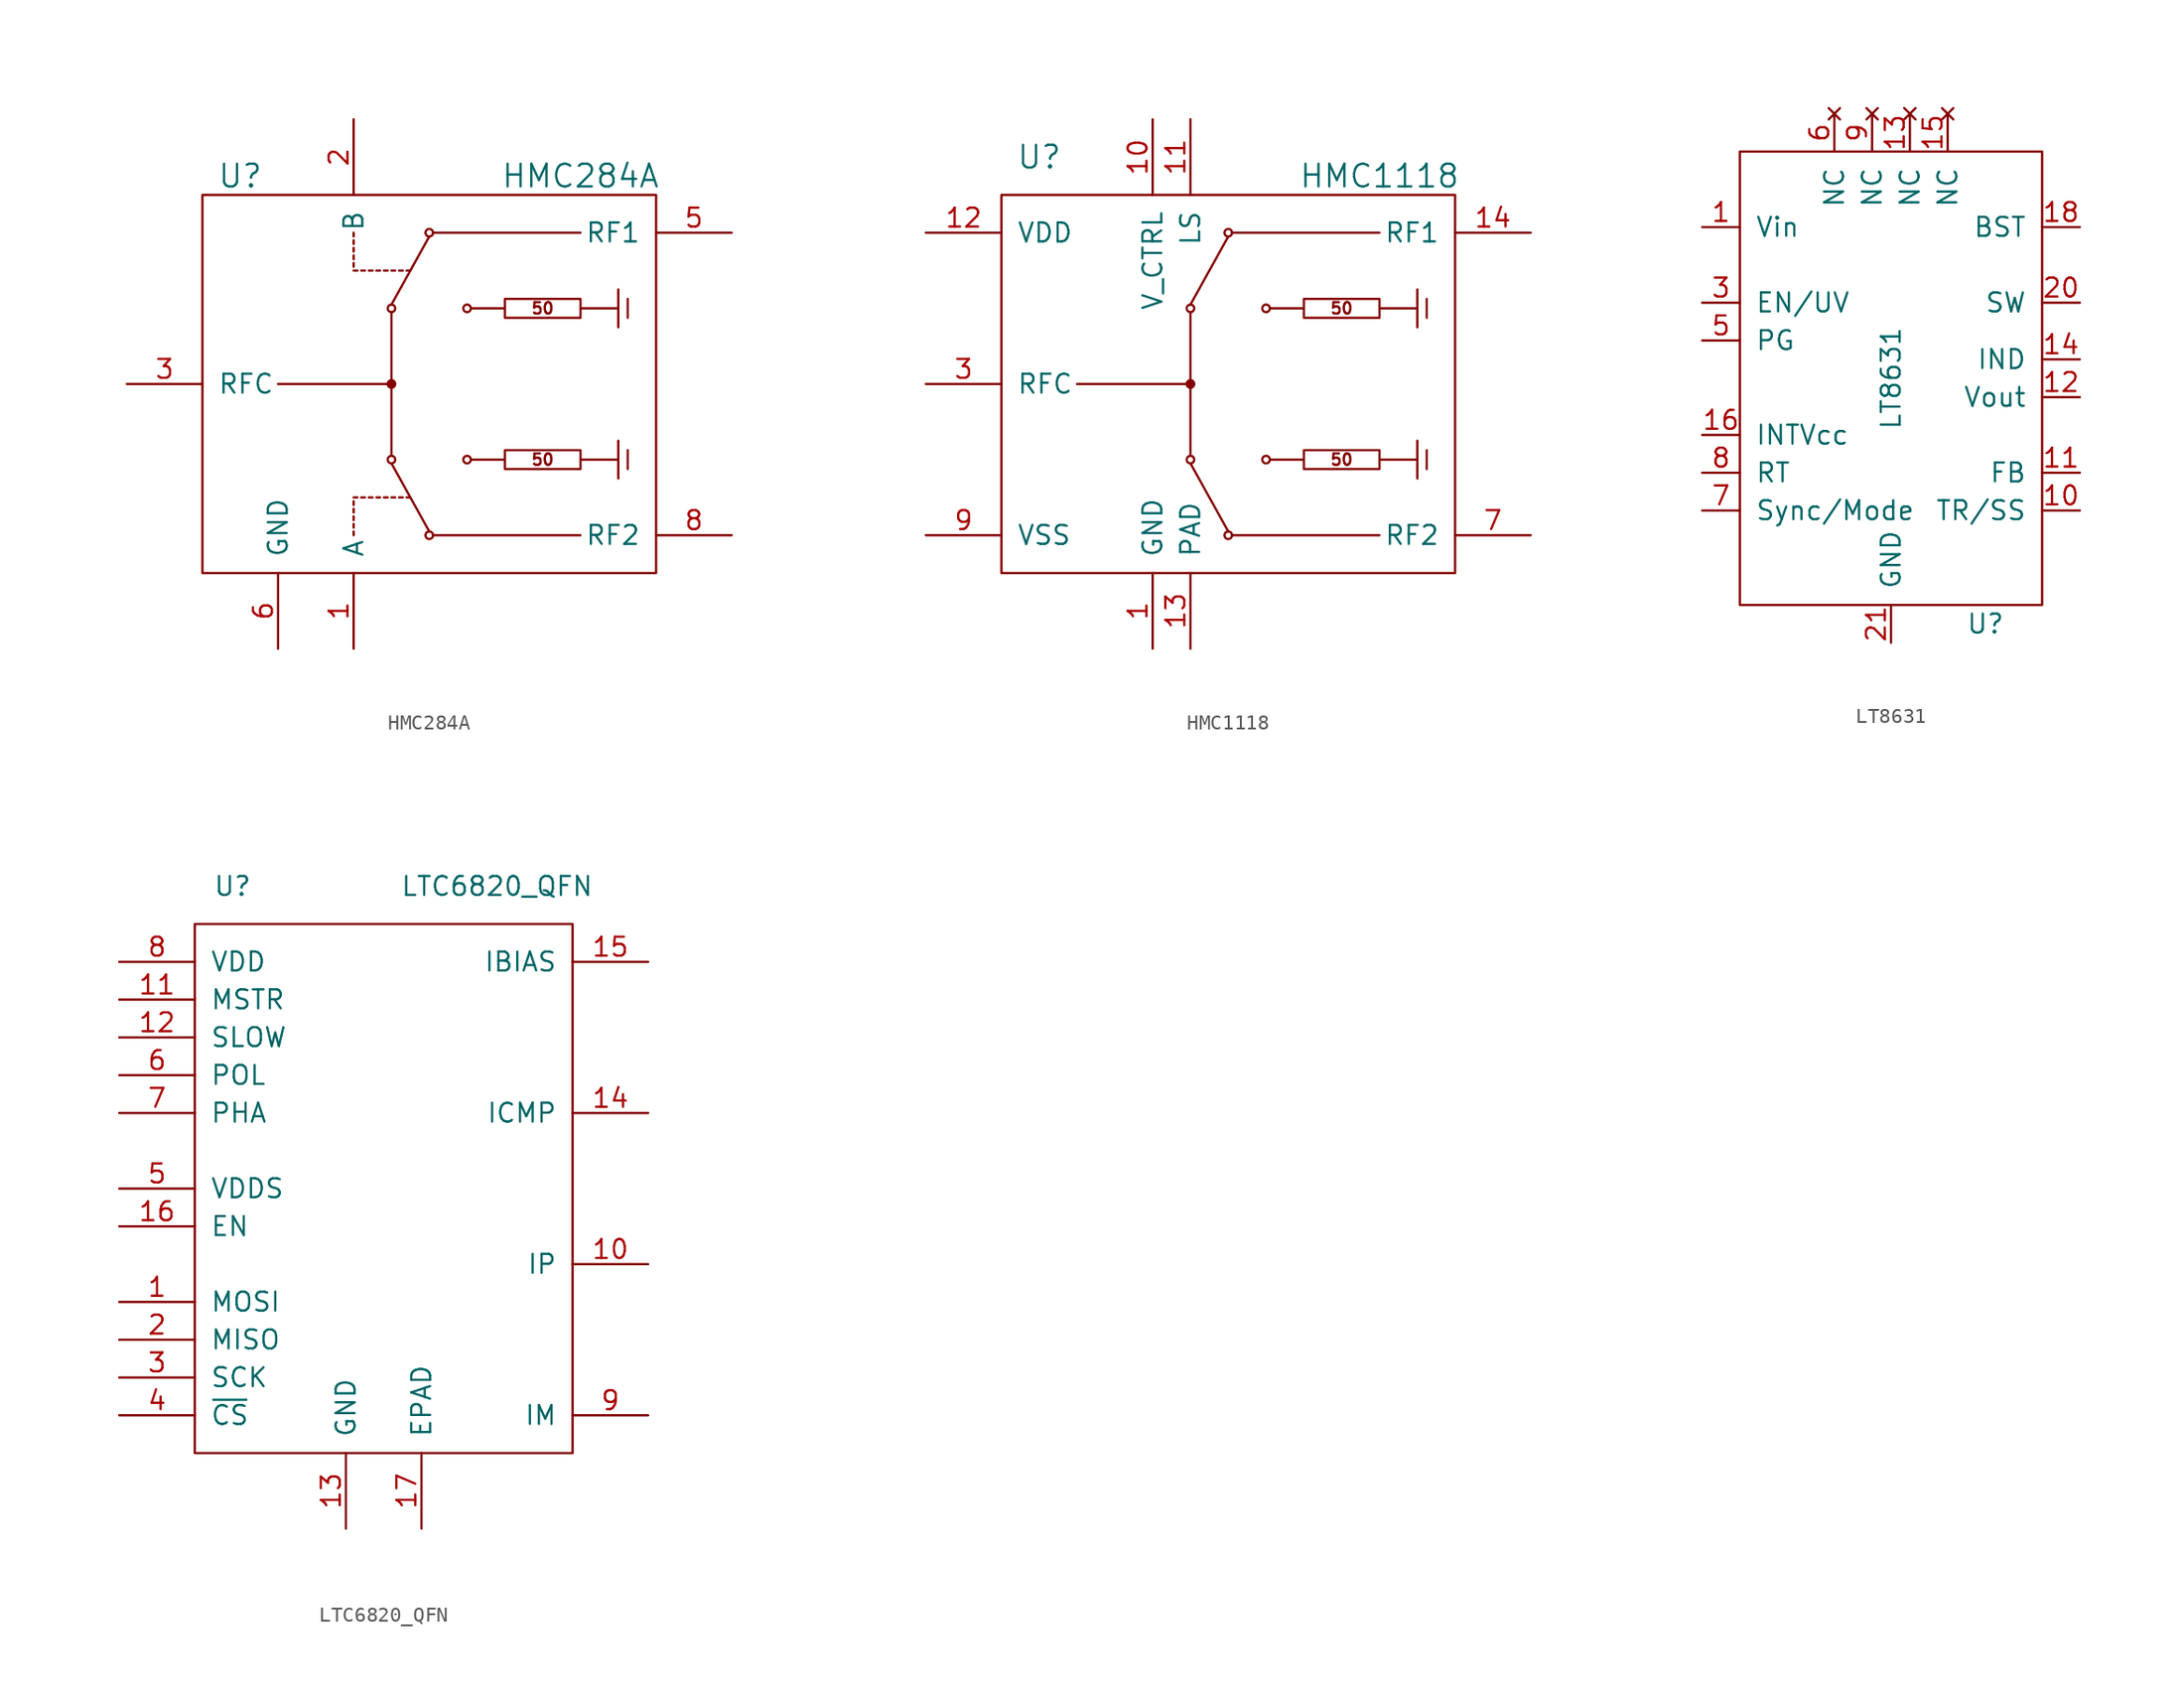
<source format=kicad_sym>
(kicad_symbol_lib
  (version 20211014)
  (generator kicad_symbol_editor)
  (symbol "HMC284A"
    (pin_names
      (offset 1.016))
    (property "Reference" "U"
      (at -12.7 13.97 0)
      (effects (font (size 1.524 1.524))))
    (property "Value" "HMC284A"
      (at 10.16 13.97 0)
      (effects (font (size 1.524 1.524))))
    (symbol "HMC284A_0_0"
      (polyline (pts (xy -5.08 -10.16) (xy -5.08 -9.906)) (stroke (width 0) (type default) (color 0 0 0 0)) (fill (type none)))
      (polyline (pts (xy -5.08 -9.652) (xy -5.08 -9.398)) (stroke (width 0) (type default) (color 0 0 0 0)) (fill (type none)))
      (polyline (pts (xy -5.08 -9.144) (xy -5.08 -8.89)) (stroke (width 0) (type default) (color 0 0 0 0)) (fill (type none)))
      (polyline (pts (xy -5.08 -8.636) (xy -5.08 -8.382)) (stroke (width 0) (type default) (color 0 0 0 0)) (fill (type none)))
      (polyline (pts (xy -5.08 -8.128) (xy -5.08 -7.874)) (stroke (width 0) (type default) (color 0 0 0 0)) (fill (type none)))
      (polyline (pts (xy -5.08 8.128) (xy -5.08 7.874)) (stroke (width 0) (type default) (color 0 0 0 0)) (fill (type none)))
      (polyline (pts (xy -5.08 8.636) (xy -5.08 8.382)) (stroke (width 0) (type default) (color 0 0 0 0)) (fill (type none)))
      (polyline (pts (xy -5.08 9.144) (xy -5.08 8.89)) (stroke (width 0) (type default) (color 0 0 0 0)) (fill (type none)))
      (polyline (pts (xy -5.08 9.652) (xy -5.08 9.398)) (stroke (width 0) (type default) (color 0 0 0 0)) (fill (type none)))
      (polyline (pts (xy -5.08 10.16) (xy -5.08 9.906)) (stroke (width 0) (type default) (color 0 0 0 0)) (fill (type none)))
      (polyline (pts (xy -4.826 -7.62) (xy -5.08 -7.62)) (stroke (width 0) (type default) (color 0 0 0 0)) (fill (type none)))
      (polyline (pts (xy -4.826 7.62) (xy -5.08 7.62)) (stroke (width 0) (type default) (color 0 0 0 0)) (fill (type none)))
      (polyline (pts (xy -4.318 -7.62) (xy -4.572 -7.62)) (stroke (width 0) (type default) (color 0 0 0 0)) (fill (type none)))
      (polyline (pts (xy -4.318 7.62) (xy -4.572 7.62)) (stroke (width 0) (type default) (color 0 0 0 0)) (fill (type none)))
      (polyline (pts (xy -3.81 -7.62) (xy -4.064 -7.62)) (stroke (width 0) (type default) (color 0 0 0 0)) (fill (type none)))
      (polyline (pts (xy -3.81 7.62) (xy -4.064 7.62)) (stroke (width 0) (type default) (color 0 0 0 0)) (fill (type none)))
      (polyline (pts (xy -3.302 -7.62) (xy -3.556 -7.62)) (stroke (width 0) (type default) (color 0 0 0 0)) (fill (type none)))
      (polyline (pts (xy -3.302 7.62) (xy -3.556 7.62)) (stroke (width 0) (type default) (color 0 0 0 0)) (fill (type none)))
      (polyline (pts (xy -2.794 -7.62) (xy -3.048 -7.62)) (stroke (width 0) (type default) (color 0 0 0 0)) (fill (type none)))
      (polyline (pts (xy -2.794 7.62) (xy -3.048 7.62)) (stroke (width 0) (type default) (color 0 0 0 0)) (fill (type none)))
      (polyline (pts (xy -2.54 5.334) (xy 0 9.906)) (stroke (width 0) (type default) (color 0 0 0 0)) (fill (type none)))
      (polyline (pts (xy -2.286 -7.62) (xy -2.54 -7.62)) (stroke (width 0) (type default) (color 0 0 0 0)) (fill (type none)))
      (polyline (pts (xy -2.286 7.62) (xy -2.54 7.62)) (stroke (width 0) (type default) (color 0 0 0 0)) (fill (type none)))
      (polyline (pts (xy -1.778 -7.62) (xy -2.032 -7.62)) (stroke (width 0) (type default) (color 0 0 0 0)) (fill (type none)))
      (polyline (pts (xy -1.778 7.62) (xy -2.032 7.62)) (stroke (width 0) (type default) (color 0 0 0 0)) (fill (type none)))
      (polyline (pts (xy -1.27 -7.62) (xy -1.524 -7.62)) (stroke (width 0) (type default) (color 0 0 0 0)) (fill (type none)))
      (polyline (pts (xy -1.27 7.62) (xy -1.524 7.62)) (stroke (width 0) (type default) (color 0 0 0 0)) (fill (type none)))
      (polyline (pts (xy 0 -9.906) (xy -2.54 -5.334)) (stroke (width 0) (type default) (color 0 0 0 0)) (fill (type none)))
      (rectangle (start 15.24 -12.7) (end -15.24 12.7) (stroke (width 0) (type default) (color 0 0 0 0)) (fill (type none)))
      (text "50" (at 7.62 -5.08 0) (effects (font (size 0.762 0.762))))
      (text "50" (at 7.62 5.08 0) (effects (font (size 0.762 0.762)))))
    (symbol "HMC284A_0_1"
      (circle (center -2.54 -5.08) (radius 0.254) (stroke (width 0) (type default) (color 0 0 0 0)) (fill (type none)))
      (circle (center -2.54 0) (radius 0.254) (stroke (width 0) (type default) (color 0 0 0 0)) (fill (type outline)))
      (circle (center -2.54 5.08) (radius 0.254) (stroke (width 0) (type default) (color 0 0 0 0)) (fill (type none)))
      (circle (center 0 -10.16) (radius 0.254) (stroke (width 0) (type default) (color 0 0 0 0)) (fill (type none)))
      (polyline (pts (xy -10.16 0) (xy -2.54 0)) (stroke (width 0) (type default) (color 0 0 0 0)) (fill (type none)))
      (polyline (pts (xy -2.54 4.826) (xy -2.54 -4.826)) (stroke (width 0) (type default) (color 0 0 0 0)) (fill (type none)))
      (polyline (pts (xy 2.794 -5.08) (xy 5.08 -5.08)) (stroke (width 0) (type default) (color 0 0 0 0)) (fill (type none)))
      (polyline (pts (xy 2.794 5.08) (xy 5.08 5.08)) (stroke (width 0) (type default) (color 0 0 0 0)) (fill (type none)))
      (polyline (pts (xy 10.16 -10.16) (xy 0.254 -10.16)) (stroke (width 0) (type default) (color 0 0 0 0)) (fill (type none)))
      (polyline (pts (xy 10.16 -5.08) (xy 12.7 -5.08)) (stroke (width 0) (type default) (color 0 0 0 0)) (fill (type none)))
      (polyline (pts (xy 10.16 5.08) (xy 12.7 5.08)) (stroke (width 0) (type default) (color 0 0 0 0)) (fill (type none)))
      (polyline (pts (xy 10.16 10.16) (xy 0.254 10.16)) (stroke (width 0) (type default) (color 0 0 0 0)) (fill (type none)))
      (polyline (pts (xy 12.7 -3.81) (xy 12.7 -6.35)) (stroke (width 0) (type default) (color 0 0 0 0)) (fill (type none)))
      (polyline (pts (xy 12.7 6.35) (xy 12.7 3.81)) (stroke (width 0) (type default) (color 0 0 0 0)) (fill (type none)))
      (polyline (pts (xy 13.335 -4.445) (xy 13.335 -5.715)) (stroke (width 0) (type default) (color 0 0 0 0)) (fill (type none)))
      (polyline (pts (xy 13.335 5.715) (xy 13.335 4.445)) (stroke (width 0) (type default) (color 0 0 0 0)) (fill (type none)))
      (circle (center 0 10.16) (radius 0.254) (stroke (width 0) (type default) (color 0 0 0 0)) (fill (type none)))
      (circle (center 2.54 -5.08) (radius 0.254) (stroke (width 0) (type default) (color 0 0 0 0)) (fill (type none)))
      (circle (center 2.54 5.08) (radius 0.254) (stroke (width 0) (type default) (color 0 0 0 0)) (fill (type none)))
      (rectangle (start 5.08 -4.445) (end 10.16 -5.715) (stroke (width 0) (type default) (color 0 0 0 0)) (fill (type none)))
      (rectangle (start 5.08 5.715) (end 10.16 4.445) (stroke (width 0) (type default) (color 0 0 0 0)) (fill (type none))))
    (symbol "HMC284A_1_1"
      (pin input line (at -5.08 -17.78 90) (length 5.08) (name "A" (effects (font (size 1.27 1.27)))) (number "1" (effects (font (size 1.27 1.27)))))
      (pin input line (at -5.08 17.78 270) (length 5.08) (name "B" (effects (font (size 1.27 1.27)))) (number "2" (effects (font (size 1.27 1.27)))))
      (pin input line (at -20.32 0 0) (length 5.08) (name "RFC" (effects (font (size 1.27 1.27)))) (number "3" (effects (font (size 1.27 1.27)))))
      (pin input line (at 5.08 0 0) (length 5.08) hide (name "NC" (effects (font (size 1.27 1.27)))) (number "4" (effects (font (size 1.27 1.27)))))
      (pin input line (at 20.32 10.16 180) (length 5.08) (name "RF1" (effects (font (size 1.27 1.27)))) (number "5" (effects (font (size 1.27 1.27)))))
      (pin input line (at -10.16 -17.78 90) (length 5.08) (name "GND" (effects (font (size 1.27 1.27)))) (number "6" (effects (font (size 1.27 1.27)))))
      (pin input line (at -10.16 -17.78 90) (length 5.08) hide (name "GND" (effects (font (size 1.27 1.27)))) (number "7" (effects (font (size 1.27 1.27)))))
      (pin input line (at 20.32 -10.16 180) (length 5.08) (name "RF2" (effects (font (size 1.27 1.27)))) (number "8" (effects (font (size 1.27 1.27)))))
      (pin input line (at -10.16 -17.78 90) (length 5.08) hide (name "PAD" (effects (font (size 1.27 1.27)))) (number "9" (effects (font (size 1.27 1.27)))))))
  (symbol "HMC1118"
    (pin_names
      (offset 1.016))
    (property "Reference" "U"
      (at -12.7 15.24 0)
      (effects (font (size 1.524 1.524))))
    (property "Value" "HMC1118"
      (at 10.16 13.97 0)
      (effects (font (size 1.524 1.524))))
    (symbol "HMC1118_0_0"
      (polyline (pts (xy -2.54 5.334) (xy 0 9.906)) (stroke (width 0) (type default) (color 0 0 0 0)) (fill (type none)))
      (polyline (pts (xy 0 -9.906) (xy -2.54 -5.334)) (stroke (width 0) (type default) (color 0 0 0 0)) (fill (type none)))
      (rectangle (start 15.24 -12.7) (end -15.24 12.7) (stroke (width 0) (type default) (color 0 0 0 0)) (fill (type none)))
      (text "50" (at 7.62 -5.08 0) (effects (font (size 0.762 0.762))))
      (text "50" (at 7.62 5.08 0) (effects (font (size 0.762 0.762)))))
    (symbol "HMC1118_0_1"
      (circle (center -2.54 -5.08) (radius 0.254) (stroke (width 0) (type default) (color 0 0 0 0)) (fill (type none)))
      (circle (center -2.54 0) (radius 0.254) (stroke (width 0) (type default) (color 0 0 0 0)) (fill (type outline)))
      (circle (center -2.54 5.08) (radius 0.254) (stroke (width 0) (type default) (color 0 0 0 0)) (fill (type none)))
      (circle (center 0 -10.16) (radius 0.254) (stroke (width 0) (type default) (color 0 0 0 0)) (fill (type none)))
      (polyline (pts (xy -10.16 0) (xy -2.54 0)) (stroke (width 0) (type default) (color 0 0 0 0)) (fill (type none)))
      (polyline (pts (xy -2.54 4.826) (xy -2.54 -4.826)) (stroke (width 0) (type default) (color 0 0 0 0)) (fill (type none)))
      (polyline (pts (xy 2.794 -5.08) (xy 5.08 -5.08)) (stroke (width 0) (type default) (color 0 0 0 0)) (fill (type none)))
      (polyline (pts (xy 2.794 5.08) (xy 5.08 5.08)) (stroke (width 0) (type default) (color 0 0 0 0)) (fill (type none)))
      (polyline (pts (xy 10.16 -10.16) (xy 0.254 -10.16)) (stroke (width 0) (type default) (color 0 0 0 0)) (fill (type none)))
      (polyline (pts (xy 10.16 -5.08) (xy 12.7 -5.08)) (stroke (width 0) (type default) (color 0 0 0 0)) (fill (type none)))
      (polyline (pts (xy 10.16 5.08) (xy 12.7 5.08)) (stroke (width 0) (type default) (color 0 0 0 0)) (fill (type none)))
      (polyline (pts (xy 10.16 10.16) (xy 0.254 10.16)) (stroke (width 0) (type default) (color 0 0 0 0)) (fill (type none)))
      (polyline (pts (xy 12.7 -3.81) (xy 12.7 -6.35)) (stroke (width 0) (type default) (color 0 0 0 0)) (fill (type none)))
      (polyline (pts (xy 12.7 6.35) (xy 12.7 3.81)) (stroke (width 0) (type default) (color 0 0 0 0)) (fill (type none)))
      (polyline (pts (xy 13.335 -4.445) (xy 13.335 -5.715)) (stroke (width 0) (type default) (color 0 0 0 0)) (fill (type none)))
      (polyline (pts (xy 13.335 5.715) (xy 13.335 4.445)) (stroke (width 0) (type default) (color 0 0 0 0)) (fill (type none)))
      (circle (center 0 10.16) (radius 0.254) (stroke (width 0) (type default) (color 0 0 0 0)) (fill (type none)))
      (circle (center 2.54 -5.08) (radius 0.254) (stroke (width 0) (type default) (color 0 0 0 0)) (fill (type none)))
      (circle (center 2.54 5.08) (radius 0.254) (stroke (width 0) (type default) (color 0 0 0 0)) (fill (type none)))
      (rectangle (start 5.08 -4.445) (end 10.16 -5.715) (stroke (width 0) (type default) (color 0 0 0 0)) (fill (type none)))
      (rectangle (start 5.08 5.715) (end 10.16 4.445) (stroke (width 0) (type default) (color 0 0 0 0)) (fill (type none))))
    (symbol "HMC1118_1_1"
      (pin input line (at -5.08 -17.78 90) (length 5.08) (name "GND" (effects (font (size 1.27 1.27)))) (number "1" (effects (font (size 1.27 1.27)))))
      (pin input line (at -5.08 17.78 270) (length 5.08) (name "V_CTRL" (effects (font (size 1.27 1.27)))) (number "10" (effects (font (size 1.27 1.27)))))
      (pin input line (at -2.54 17.78 270) (length 5.08) (name "LS" (effects (font (size 1.27 1.27)))) (number "11" (effects (font (size 1.27 1.27)))))
      (pin input line (at -20.32 10.16 0) (length 5.08) (name "VDD" (effects (font (size 1.27 1.27)))) (number "12" (effects (font (size 1.27 1.27)))))
      (pin input line (at -5.08 -17.78 90) (length 5.08) hide (name "GND" (effects (font (size 1.27 1.27)))) (number "13" (effects (font (size 1.27 1.27)))))
      (pin input line (at -2.54 -17.78 90) (length 5.08) (name "PAD" (effects (font (size 1.27 1.27)))) (number "13" (effects (font (size 1.27 1.27)))))
      (pin input line (at 20.32 10.16 180) (length 5.08) (name "RF1" (effects (font (size 1.27 1.27)))) (number "14" (effects (font (size 1.27 1.27)))))
      (pin input line (at -5.08 -17.78 90) (length 5.08) hide (name "GND" (effects (font (size 1.27 1.27)))) (number "15" (effects (font (size 1.27 1.27)))))
      (pin input line (at -5.08 -17.78 90) (length 5.08) hide (name "GND" (effects (font (size 1.27 1.27)))) (number "16" (effects (font (size 1.27 1.27)))))
      (pin input line (at -5.08 -17.78 90) (length 5.08) hide (name "GND" (effects (font (size 1.27 1.27)))) (number "2" (effects (font (size 1.27 1.27)))))
      (pin input line (at -20.32 0 0) (length 5.08) (name "RFC" (effects (font (size 1.27 1.27)))) (number "3" (effects (font (size 1.27 1.27)))))
      (pin input line (at -5.08 -17.78 90) (length 5.08) hide (name "GND" (effects (font (size 1.27 1.27)))) (number "4" (effects (font (size 1.27 1.27)))))
      (pin input line (at -5.08 -17.78 90) (length 5.08) hide (name "GND" (effects (font (size 1.27 1.27)))) (number "5" (effects (font (size 1.27 1.27)))))
      (pin input line (at -5.08 -17.78 90) (length 5.08) hide (name "GND" (effects (font (size 1.27 1.27)))) (number "6" (effects (font (size 1.27 1.27)))))
      (pin input line (at 20.32 -10.16 180) (length 5.08) (name "RF2" (effects (font (size 1.27 1.27)))) (number "7" (effects (font (size 1.27 1.27)))))
      (pin input line (at -5.08 -17.78 90) (length 5.08) hide (name "GND" (effects (font (size 1.27 1.27)))) (number "8" (effects (font (size 1.27 1.27)))))
      (pin input line (at -20.32 -10.16 0) (length 5.08) (name "VSS" (effects (font (size 1.27 1.27)))) (number "9" (effects (font (size 1.27 1.27)))))))
  (symbol "LT8631"
    (pin_names
      (offset 1.016))
    (property "Reference" "U"
      (at 6.35 -17.78 0)
      (effects (font (size 1.27 1.27))))
    (property "Value" "LT8631"
      (at 0 -1.27 90)
      (effects (font (size 1.27 1.27))))
    (symbol "LT8631_0_1"
      (polyline (pts (xy -10.16 -16.51) (xy 10.16 -16.51) (xy 10.16 13.97) (xy -10.16 13.97) (xy -10.16 -16.51)) (stroke (width 0) (type default) (color 0 0 0 0)) (fill (type none))))
    (symbol "LT8631_1_1"
      (pin input line (at -12.7 8.89 0) (length 2.54) (name "Vin" (effects (font (size 1.27 1.27)))) (number "1" (effects (font (size 1.27 1.27)))))
      (pin input line (at 12.7 -10.16 180) (length 2.54) (name "TR/SS" (effects (font (size 1.27 1.27)))) (number "10" (effects (font (size 1.27 1.27)))))
      (pin input line (at 12.7 -7.62 180) (length 2.54) (name "FB" (effects (font (size 1.27 1.27)))) (number "11" (effects (font (size 1.27 1.27)))))
      (pin input line (at 12.7 -2.54 180) (length 2.54) (name "Vout" (effects (font (size 1.27 1.27)))) (number "12" (effects (font (size 1.27 1.27)))))
      (pin no_connect line (at 1.27 16.51 270) (length 2.54) (name "NC" (effects (font (size 1.27 1.27)))) (number "13" (effects (font (size 1.27 1.27)))))
      (pin input line (at 12.7 0 180) (length 2.54) (name "IND" (effects (font (size 1.27 1.27)))) (number "14" (effects (font (size 1.27 1.27)))))
      (pin no_connect line (at 3.81 16.51 270) (length 2.54) (name "NC" (effects (font (size 1.27 1.27)))) (number "15" (effects (font (size 1.27 1.27)))))
      (pin input line (at -12.7 -5.08 0) (length 2.54) (name "INTVcc" (effects (font (size 1.27 1.27)))) (number "16" (effects (font (size 1.27 1.27)))))
      (pin input line (at 12.7 8.89 180) (length 2.54) (name "BST" (effects (font (size 1.27 1.27)))) (number "18" (effects (font (size 1.27 1.27)))))
      (pin input line (at 12.7 3.81 180) (length 2.54) (name "SW" (effects (font (size 1.27 1.27)))) (number "20" (effects (font (size 1.27 1.27)))))
      (pin input line (at 0 -19.05 90) (length 2.54) (name "GND" (effects (font (size 1.27 1.27)))) (number "21" (effects (font (size 1.27 1.27)))))
      (pin input line (at -12.7 3.81 0) (length 2.54) (name "EN/UV" (effects (font (size 1.27 1.27)))) (number "3" (effects (font (size 1.27 1.27)))))
      (pin input line (at -12.7 1.27 0) (length 2.54) (name "PG" (effects (font (size 1.27 1.27)))) (number "5" (effects (font (size 1.27 1.27)))))
      (pin no_connect line (at -3.81 16.51 270) (length 2.54) (name "NC" (effects (font (size 1.27 1.27)))) (number "6" (effects (font (size 1.27 1.27)))))
      (pin input line (at -12.7 -10.16 0) (length 2.54) (name "Sync/Mode" (effects (font (size 1.27 1.27)))) (number "7" (effects (font (size 1.27 1.27)))))
      (pin input line (at -12.7 -7.62 0) (length 2.54) (name "RT" (effects (font (size 1.27 1.27)))) (number "8" (effects (font (size 1.27 1.27)))))
      (pin no_connect line (at -1.27 16.51 270) (length 2.54) (name "NC" (effects (font (size 1.27 1.27)))) (number "9" (effects (font (size 1.27 1.27)))))))
  (symbol "LTC6820_QFN"
    (pin_names
      (offset 1.016))
    (property "Reference" "U"
      (at -10.16 22.86 0)
      (effects (font (size 1.27 1.27))))
    (property "Value" "LTC6820_QFN"
      (at 7.62 22.86 0)
      (effects (font (size 1.27 1.27))))
    (symbol "LTC6820_QFN_0_1"
      (rectangle (start -12.7 20.32) (end 12.7 -15.24) (stroke (width 0) (type default) (color 0 0 0 0)) (fill (type none))))
    (symbol "LTC6820_QFN_1_1"
      (pin input line (at -17.78 -5.08 0) (length 5.08) (name "MOSI" (effects (font (size 1.27 1.27)))) (number "1" (effects (font (size 1.27 1.27)))))
      (pin input line (at 17.78 -2.54 180) (length 5.08) (name "IP" (effects (font (size 1.27 1.27)))) (number "10" (effects (font (size 1.27 1.27)))))
      (pin input line (at -17.78 15.24 0) (length 5.08) (name "MSTR" (effects (font (size 1.27 1.27)))) (number "11" (effects (font (size 1.27 1.27)))))
      (pin input line (at -17.78 12.7 0) (length 5.08) (name "SLOW" (effects (font (size 1.27 1.27)))) (number "12" (effects (font (size 1.27 1.27)))))
      (pin input line (at -2.54 -20.32 90) (length 5.08) (name "GND" (effects (font (size 1.27 1.27)))) (number "13" (effects (font (size 1.27 1.27)))))
      (pin input line (at 17.78 7.62 180) (length 5.08) (name "ICMP" (effects (font (size 1.27 1.27)))) (number "14" (effects (font (size 1.27 1.27)))))
      (pin input line (at 17.78 17.78 180) (length 5.08) (name "IBIAS" (effects (font (size 1.27 1.27)))) (number "15" (effects (font (size 1.27 1.27)))))
      (pin input line (at -17.78 0 0) (length 5.08) (name "EN" (effects (font (size 1.27 1.27)))) (number "16" (effects (font (size 1.27 1.27)))))
      (pin input line (at 2.54 -20.32 90) (length 5.08) (name "EPAD" (effects (font (size 1.27 1.27)))) (number "17" (effects (font (size 1.27 1.27)))))
      (pin input line (at -17.78 -7.62 0) (length 5.08) (name "MISO" (effects (font (size 1.27 1.27)))) (number "2" (effects (font (size 1.27 1.27)))))
      (pin input line (at -17.78 -10.16 0) (length 5.08) (name "SCK" (effects (font (size 1.27 1.27)))) (number "3" (effects (font (size 1.27 1.27)))))
      (pin input line (at -17.78 -12.7 0) (length 5.08) (name "~{CS}" (effects (font (size 1.27 1.27)))) (number "4" (effects (font (size 1.27 1.27)))))
      (pin input line (at -17.78 2.54 0) (length 5.08) (name "VDDS" (effects (font (size 1.27 1.27)))) (number "5" (effects (font (size 1.27 1.27)))))
      (pin input line (at -17.78 10.16 0) (length 5.08) (name "POL" (effects (font (size 1.27 1.27)))) (number "6" (effects (font (size 1.27 1.27)))))
      (pin input line (at -17.78 7.62 0) (length 5.08) (name "PHA" (effects (font (size 1.27 1.27)))) (number "7" (effects (font (size 1.27 1.27)))))
      (pin input line (at -17.78 17.78 0) (length 5.08) (name "VDD" (effects (font (size 1.27 1.27)))) (number "8" (effects (font (size 1.27 1.27)))))
      (pin input line (at 17.78 -12.7 180) (length 5.08) (name "IM" (effects (font (size 1.27 1.27)))) (number "9" (effects (font (size 1.27 1.27))))))))
</source>
